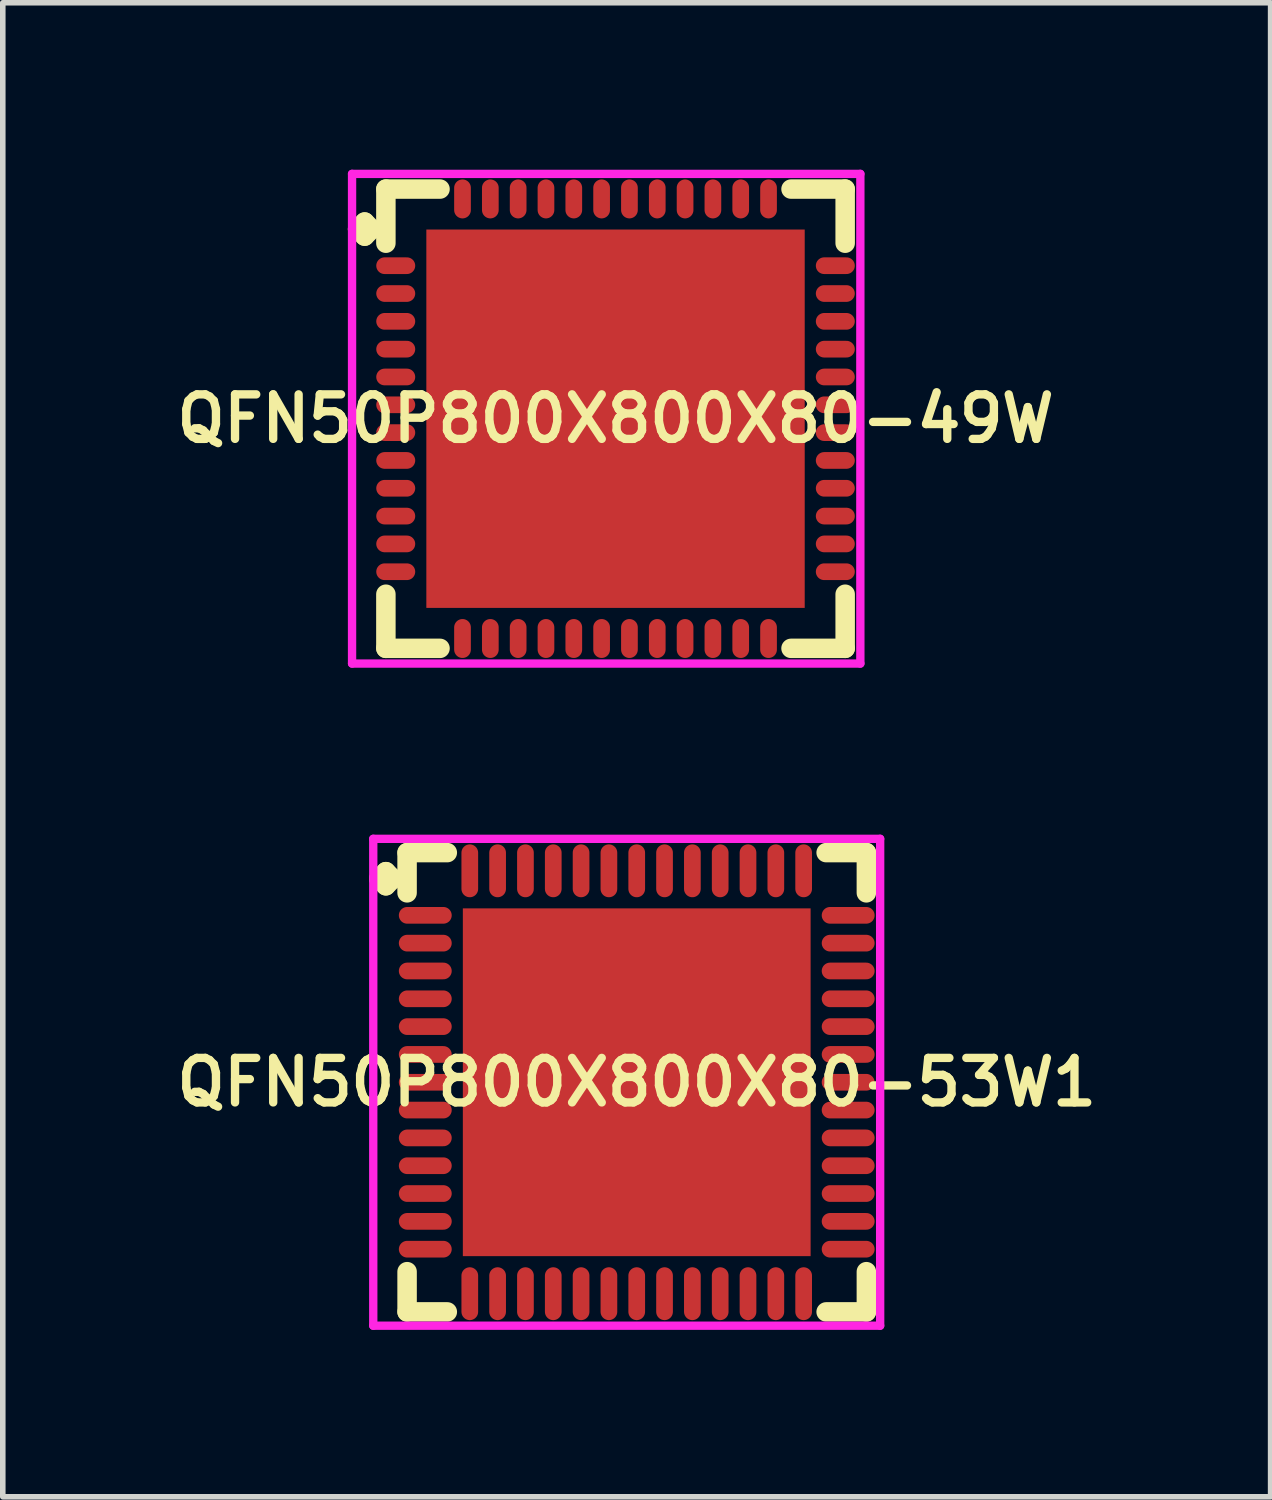
<source format=kicad_pcb>
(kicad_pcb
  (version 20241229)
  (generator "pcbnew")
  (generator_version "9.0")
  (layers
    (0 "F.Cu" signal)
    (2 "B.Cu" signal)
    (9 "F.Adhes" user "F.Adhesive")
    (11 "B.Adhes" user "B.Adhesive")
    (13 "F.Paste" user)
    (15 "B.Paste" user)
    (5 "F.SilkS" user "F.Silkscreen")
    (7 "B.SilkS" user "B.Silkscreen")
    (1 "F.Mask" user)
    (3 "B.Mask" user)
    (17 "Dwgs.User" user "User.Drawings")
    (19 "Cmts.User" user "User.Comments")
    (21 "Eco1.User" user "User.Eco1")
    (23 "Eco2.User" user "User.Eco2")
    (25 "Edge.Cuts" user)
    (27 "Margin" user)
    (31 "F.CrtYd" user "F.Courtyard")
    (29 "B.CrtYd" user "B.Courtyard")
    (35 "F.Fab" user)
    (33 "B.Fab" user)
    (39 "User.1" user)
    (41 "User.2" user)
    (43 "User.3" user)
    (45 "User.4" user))
  (footprint "QFN50P800X800X80-53W1"
    (layer "F.Cu")
    (at 8.393 16.4)
    (property "Reference" "QFN50P800X800X80-53W1" (at 0 0 0) (layer "F.SilkS") (effects (font (size 0.8 0.8) (thickness 0.15))))
    (attr smd)
    (fp_line (start -4.635 -3.658) (end -4.508 -3.785) (stroke (width 0.35) (type solid)) (layer "F.SilkS"))
    (fp_line (start -4.508 -3.785) (end -4.381 -3.658) (stroke (width 0.35) (type solid)) (layer "F.SilkS"))
    (fp_line (start -4.508 -3.531) (end -4.635 -3.658) (stroke (width 0.35) (type solid)) (layer "F.SilkS"))
    (fp_line (start -4.381 -3.658) (end -4.508 -3.531) (stroke (width 0.35) (type solid)) (layer "F.SilkS"))
    (fp_line (start -4.127 -4.127) (end -3.404 -4.127) (stroke (width 0.35) (type solid)) (layer "F.SilkS"))
    (fp_line (start -4.127 -3.404) (end -4.127 -4.127) (stroke (width 0.35) (type solid)) (layer "F.SilkS"))
    (fp_line (start -4.127 3.404) (end -4.127 4.127) (stroke (width 0.35) (type solid)) (layer "F.SilkS"))
    (fp_line (start -4.127 4.127) (end -3.404 4.127) (stroke (width 0.35) (type solid)) (layer "F.SilkS"))
    (fp_line (start 3.404 -4.127) (end 4.127 -4.127) (stroke (width 0.35) (type solid)) (layer "F.SilkS"))
    (fp_line (start 3.404 4.127) (end 4.127 4.127) (stroke (width 0.35) (type solid)) (layer "F.SilkS"))
    (fp_line (start 4.127 -4.127) (end 4.127 -3.404) (stroke (width 0.35) (type solid)) (layer "F.SilkS"))
    (fp_line (start 4.127 4.127) (end 4.127 3.404) (stroke (width 0.35) (type solid)) (layer "F.SilkS"))
    (fp_line (start -4.735 -4.375) (end 4.375 -4.375) (stroke (width 0.15) (type solid)) (layer "F.CrtYd"))
    (fp_line (start -4.735 4.375) (end -4.735 -4.375) (stroke (width 0.15) (type solid)) (layer "F.CrtYd"))
    (fp_line (start 4.375 -4.375) (end 4.375 4.375) (stroke (width 0.15) (type solid)) (layer "F.CrtYd"))
    (fp_line (start 4.375 4.375) (end -4.735 4.375) (stroke (width 0.15) (type solid)) (layer "F.CrtYd"))
    (pad "1" smd oval (at -3.8 -3) (size 0.95 0.3) (layers "F.Cu" "F.Mask" "F.Paste"))
    (pad "2" smd oval (at -3.8 -2.5) (size 0.95 0.3) (layers "F.Cu" "F.Mask" "F.Paste"))
    (pad "3" smd oval (at -3.8 -2) (size 0.95 0.3) (layers "F.Cu" "F.Mask" "F.Paste"))
    (pad "4" smd oval (at -3.8 -1.5) (size 0.95 0.3) (layers "F.Cu" "F.Mask" "F.Paste"))
    (pad "5" smd oval (at -3.8 -1) (size 0.95 0.3) (layers "F.Cu" "F.Mask" "F.Paste"))
    (pad "6" smd oval (at -3.8 -0.5) (size 0.95 0.3) (layers "F.Cu" "F.Mask" "F.Paste"))
    (pad "7" smd oval (at -3.8 0) (size 0.95 0.3) (layers "F.Cu" "F.Mask" "F.Paste"))
    (pad "8" smd oval (at -3.8 0.5) (size 0.95 0.3) (layers "F.Cu" "F.Mask" "F.Paste"))
    (pad "9" smd oval (at -3.8 1) (size 0.95 0.3) (layers "F.Cu" "F.Mask" "F.Paste"))
    (pad "10" smd oval (at -3.8 1.5) (size 0.95 0.3) (layers "F.Cu" "F.Mask" "F.Paste"))
    (pad "11" smd oval (at -3.8 2) (size 0.95 0.3) (layers "F.Cu" "F.Mask" "F.Paste"))
    (pad "12" smd oval (at -3.8 2.5) (size 0.95 0.3) (layers "F.Cu" "F.Mask" "F.Paste"))
    (pad "13" smd oval (at -3.8 3) (size 0.95 0.3) (layers "F.Cu" "F.Mask" "F.Paste"))
    (pad "14" smd oval (at -3 3.8) (size 0.3 0.95) (layers "F.Cu" "F.Mask" "F.Paste"))
    (pad "15" smd oval (at -2.5 3.8) (size 0.3 0.95) (layers "F.Cu" "F.Mask" "F.Paste"))
    (pad "16" smd oval (at -2 3.8) (size 0.3 0.95) (layers "F.Cu" "F.Mask" "F.Paste"))
    (pad "17" smd oval (at -1.5 3.8) (size 0.3 0.95) (layers "F.Cu" "F.Mask" "F.Paste"))
    (pad "18" smd oval (at -1 3.8) (size 0.3 0.95) (layers "F.Cu" "F.Mask" "F.Paste"))
    (pad "19" smd oval (at -0.5 3.8) (size 0.3 0.95) (layers "F.Cu" "F.Mask" "F.Paste"))
    (pad "20" smd oval (at 0 3.8) (size 0.3 0.95) (layers "F.Cu" "F.Mask" "F.Paste"))
    (pad "21" smd oval (at 0.5 3.8) (size 0.3 0.95) (layers "F.Cu" "F.Mask" "F.Paste"))
    (pad "22" smd oval (at 1 3.8) (size 0.3 0.95) (layers "F.Cu" "F.Mask" "F.Paste"))
    (pad "23" smd oval (at 1.5 3.8) (size 0.3 0.95) (layers "F.Cu" "F.Mask" "F.Paste"))
    (pad "24" smd oval (at 2 3.8) (size 0.3 0.95) (layers "F.Cu" "F.Mask" "F.Paste"))
    (pad "25" smd oval (at 2.5 3.8) (size 0.3 0.95) (layers "F.Cu" "F.Mask" "F.Paste"))
    (pad "26" smd oval (at 3 3.8) (size 0.3 0.95) (layers "F.Cu" "F.Mask" "F.Paste"))
    (pad "27" smd oval (at 3.8 3) (size 0.95 0.3) (layers "F.Cu" "F.Mask" "F.Paste"))
    (pad "28" smd oval (at 3.8 2.5) (size 0.95 0.3) (layers "F.Cu" "F.Mask" "F.Paste"))
    (pad "29" smd oval (at 3.8 2) (size 0.95 0.3) (layers "F.Cu" "F.Mask" "F.Paste"))
    (pad "30" smd oval (at 3.8 1.5) (size 0.95 0.3) (layers "F.Cu" "F.Mask" "F.Paste"))
    (pad "31" smd oval (at 3.8 1) (size 0.95 0.3) (layers "F.Cu" "F.Mask" "F.Paste"))
    (pad "32" smd oval (at 3.8 0.5) (size 0.95 0.3) (layers "F.Cu" "F.Mask" "F.Paste"))
    (pad "33" smd oval (at 3.8 0) (size 0.95 0.3) (layers "F.Cu" "F.Mask" "F.Paste"))
    (pad "34" smd oval (at 3.8 -0.5) (size 0.95 0.3) (layers "F.Cu" "F.Mask" "F.Paste"))
    (pad "35" smd oval (at 3.8 -1) (size 0.95 0.3) (layers "F.Cu" "F.Mask" "F.Paste"))
    (pad "36" smd oval (at 3.8 -1.5) (size 0.95 0.3) (layers "F.Cu" "F.Mask" "F.Paste"))
    (pad "37" smd oval (at 3.8 -2) (size 0.95 0.3) (layers "F.Cu" "F.Mask" "F.Paste"))
    (pad "38" smd oval (at 3.8 -2.5) (size 0.95 0.3) (layers "F.Cu" "F.Mask" "F.Paste"))
    (pad "39" smd oval (at 3.8 -3) (size 0.95 0.3) (layers "F.Cu" "F.Mask" "F.Paste"))
    (pad "40" smd oval (at 3 -3.8) (size 0.3 0.95) (layers "F.Cu" "F.Mask" "F.Paste"))
    (pad "41" smd oval (at 2.5 -3.8) (size 0.3 0.95) (layers "F.Cu" "F.Mask" "F.Paste"))
    (pad "42" smd oval (at 2 -3.8) (size 0.3 0.95) (layers "F.Cu" "F.Mask" "F.Paste"))
    (pad "43" smd oval (at 1.5 -3.8) (size 0.3 0.95) (layers "F.Cu" "F.Mask" "F.Paste"))
    (pad "44" smd oval (at 1 -3.8) (size 0.3 0.95) (layers "F.Cu" "F.Mask" "F.Paste"))
    (pad "45" smd oval (at 0.5 -3.8) (size 0.3 0.95) (layers "F.Cu" "F.Mask" "F.Paste"))
    (pad "46" smd oval (at 0 -3.8) (size 0.3 0.95) (layers "F.Cu" "F.Mask" "F.Paste"))
    (pad "47" smd oval (at -0.5 -3.8) (size 0.3 0.95) (layers "F.Cu" "F.Mask" "F.Paste"))
    (pad "48" smd oval (at -1 -3.8) (size 0.3 0.95) (layers "F.Cu" "F.Mask" "F.Paste"))
    (pad "49" smd oval (at -1.5 -3.8) (size 0.3 0.95) (layers "F.Cu" "F.Mask" "F.Paste"))
    (pad "50" smd oval (at -2 -3.8) (size 0.3 0.95) (layers "F.Cu" "F.Mask" "F.Paste"))
    (pad "51" smd oval (at -2.5 -3.8) (size 0.3 0.95) (layers "F.Cu" "F.Mask" "F.Paste"))
    (pad "52" smd oval (at -3 -3.8) (size 0.3 0.95) (layers "F.Cu" "F.Mask" "F.Paste"))
    (pad "53" smd rect (at 0 0) (size 6.25 6.25) (layers "F.Cu" "F.Mask" "F.Paste")))
  (footprint "QFN50P800X800X80-49W"
    (layer "F.Cu")
    (at 8.012 4.475)
    (property "Reference" "QFN50P800X800X80-49W" (at 0 0 0) (layer "F.SilkS") (effects (font (size 0.8 0.8) (thickness 0.15))))
    (attr smd)
    (fp_line (start -4.635 -3.408) (end -4.508 -3.535) (stroke (width 0.35) (type solid)) (layer "F.SilkS"))
    (fp_line (start -4.508 -3.535) (end -4.381 -3.408) (stroke (width 0.35) (type solid)) (layer "F.SilkS"))
    (fp_line (start -4.508 -3.281) (end -4.635 -3.408) (stroke (width 0.35) (type solid)) (layer "F.SilkS"))
    (fp_line (start -4.381 -3.408) (end -4.508 -3.281) (stroke (width 0.35) (type solid)) (layer "F.SilkS"))
    (fp_line (start -4.127 -4.127) (end -3.154 -4.127) (stroke (width 0.35) (type solid)) (layer "F.SilkS"))
    (fp_line (start -4.127 -3.154) (end -4.127 -4.127) (stroke (width 0.35) (type solid)) (layer "F.SilkS"))
    (fp_line (start -4.127 3.154) (end -4.127 4.127) (stroke (width 0.35) (type solid)) (layer "F.SilkS"))
    (fp_line (start -4.127 4.127) (end -3.154 4.127) (stroke (width 0.35) (type solid)) (layer "F.SilkS"))
    (fp_line (start 3.154 -4.127) (end 4.127 -4.127) (stroke (width 0.35) (type solid)) (layer "F.SilkS"))
    (fp_line (start 3.154 4.127) (end 4.127 4.127) (stroke (width 0.35) (type solid)) (layer "F.SilkS"))
    (fp_line (start 4.127 -4.127) (end 4.127 -3.154) (stroke (width 0.35) (type solid)) (layer "F.SilkS"))
    (fp_line (start 4.127 4.127) (end 4.127 3.154) (stroke (width 0.35) (type solid)) (layer "F.SilkS"))
    (fp_line (start -4.735 -4.4) (end 4.4 -4.4) (stroke (width 0.15) (type solid)) (layer "F.CrtYd"))
    (fp_line (start -4.735 4.4) (end -4.735 -4.4) (stroke (width 0.15) (type solid)) (layer "F.CrtYd"))
    (fp_line (start 4.4 -4.4) (end 4.4 4.4) (stroke (width 0.15) (type solid)) (layer "F.CrtYd"))
    (fp_line (start 4.4 4.4) (end -4.735 4.4) (stroke (width 0.15) (type solid)) (layer "F.CrtYd"))
    (pad "1" smd oval (at -3.95 -2.75) (size 0.7 0.3) (layers "F.Cu" "F.Mask" "F.Paste"))
    (pad "2" smd oval (at -3.95 -2.25) (size 0.7 0.3) (layers "F.Cu" "F.Mask" "F.Paste"))
    (pad "3" smd oval (at -3.95 -1.75) (size 0.7 0.3) (layers "F.Cu" "F.Mask" "F.Paste"))
    (pad "4" smd oval (at -3.95 -1.25) (size 0.7 0.3) (layers "F.Cu" "F.Mask" "F.Paste"))
    (pad "5" smd oval (at -3.95 -0.75) (size 0.7 0.3) (layers "F.Cu" "F.Mask" "F.Paste"))
    (pad "6" smd oval (at -3.95 -0.25) (size 0.7 0.3) (layers "F.Cu" "F.Mask" "F.Paste"))
    (pad "7" smd oval (at -3.95 0.25) (size 0.7 0.3) (layers "F.Cu" "F.Mask" "F.Paste"))
    (pad "8" smd oval (at -3.95 0.75) (size 0.7 0.3) (layers "F.Cu" "F.Mask" "F.Paste"))
    (pad "9" smd oval (at -3.95 1.25) (size 0.7 0.3) (layers "F.Cu" "F.Mask" "F.Paste"))
    (pad "10" smd oval (at -3.95 1.75) (size 0.7 0.3) (layers "F.Cu" "F.Mask" "F.Paste"))
    (pad "11" smd oval (at -3.95 2.25) (size 0.7 0.3) (layers "F.Cu" "F.Mask" "F.Paste"))
    (pad "12" smd oval (at -3.95 2.75) (size 0.7 0.3) (layers "F.Cu" "F.Mask" "F.Paste"))
    (pad "13" smd oval (at -2.75 3.95) (size 0.3 0.7) (layers "F.Cu" "F.Mask" "F.Paste"))
    (pad "14" smd oval (at -2.25 3.95) (size 0.3 0.7) (layers "F.Cu" "F.Mask" "F.Paste"))
    (pad "15" smd oval (at -1.75 3.95) (size 0.3 0.7) (layers "F.Cu" "F.Mask" "F.Paste"))
    (pad "16" smd oval (at -1.25 3.95) (size 0.3 0.7) (layers "F.Cu" "F.Mask" "F.Paste"))
    (pad "17" smd oval (at -0.75 3.95) (size 0.3 0.7) (layers "F.Cu" "F.Mask" "F.Paste"))
    (pad "18" smd oval (at -0.25 3.95) (size 0.3 0.7) (layers "F.Cu" "F.Mask" "F.Paste"))
    (pad "19" smd oval (at 0.25 3.95) (size 0.3 0.7) (layers "F.Cu" "F.Mask" "F.Paste"))
    (pad "20" smd oval (at 0.75 3.95) (size 0.3 0.7) (layers "F.Cu" "F.Mask" "F.Paste"))
    (pad "21" smd oval (at 1.25 3.95) (size 0.3 0.7) (layers "F.Cu" "F.Mask" "F.Paste"))
    (pad "22" smd oval (at 1.75 3.95) (size 0.3 0.7) (layers "F.Cu" "F.Mask" "F.Paste"))
    (pad "23" smd oval (at 2.25 3.95) (size 0.3 0.7) (layers "F.Cu" "F.Mask" "F.Paste"))
    (pad "24" smd oval (at 2.75 3.95) (size 0.3 0.7) (layers "F.Cu" "F.Mask" "F.Paste"))
    (pad "25" smd oval (at 3.95 2.75) (size 0.7 0.3) (layers "F.Cu" "F.Mask" "F.Paste"))
    (pad "26" smd oval (at 3.95 2.25) (size 0.7 0.3) (layers "F.Cu" "F.Mask" "F.Paste"))
    (pad "27" smd oval (at 3.95 1.75) (size 0.7 0.3) (layers "F.Cu" "F.Mask" "F.Paste"))
    (pad "28" smd oval (at 3.95 1.25) (size 0.7 0.3) (layers "F.Cu" "F.Mask" "F.Paste"))
    (pad "29" smd oval (at 3.95 0.75) (size 0.7 0.3) (layers "F.Cu" "F.Mask" "F.Paste"))
    (pad "30" smd oval (at 3.95 0.25) (size 0.7 0.3) (layers "F.Cu" "F.Mask" "F.Paste"))
    (pad "31" smd oval (at 3.95 -0.25) (size 0.7 0.3) (layers "F.Cu" "F.Mask" "F.Paste"))
    (pad "32" smd oval (at 3.95 -0.75) (size 0.7 0.3) (layers "F.Cu" "F.Mask" "F.Paste"))
    (pad "33" smd oval (at 3.95 -1.25) (size 0.7 0.3) (layers "F.Cu" "F.Mask" "F.Paste"))
    (pad "34" smd oval (at 3.95 -1.75) (size 0.7 0.3) (layers "F.Cu" "F.Mask" "F.Paste"))
    (pad "35" smd oval (at 3.95 -2.25) (size 0.7 0.3) (layers "F.Cu" "F.Mask" "F.Paste"))
    (pad "36" smd oval (at 3.95 -2.75) (size 0.7 0.3) (layers "F.Cu" "F.Mask" "F.Paste"))
    (pad "37" smd oval (at 2.75 -3.95) (size 0.3 0.7) (layers "F.Cu" "F.Mask" "F.Paste"))
    (pad "38" smd oval (at 2.25 -3.95) (size 0.3 0.7) (layers "F.Cu" "F.Mask" "F.Paste"))
    (pad "39" smd oval (at 1.75 -3.95) (size 0.3 0.7) (layers "F.Cu" "F.Mask" "F.Paste"))
    (pad "40" smd oval (at 1.25 -3.95) (size 0.3 0.7) (layers "F.Cu" "F.Mask" "F.Paste"))
    (pad "41" smd oval (at 0.75 -3.95) (size 0.3 0.7) (layers "F.Cu" "F.Mask" "F.Paste"))
    (pad "42" smd oval (at 0.25 -3.95) (size 0.3 0.7) (layers "F.Cu" "F.Mask" "F.Paste"))
    (pad "43" smd oval (at -0.25 -3.95) (size 0.3 0.7) (layers "F.Cu" "F.Mask" "F.Paste"))
    (pad "44" smd oval (at -0.75 -3.95) (size 0.3 0.7) (layers "F.Cu" "F.Mask" "F.Paste"))
    (pad "45" smd oval (at -1.25 -3.95) (size 0.3 0.7) (layers "F.Cu" "F.Mask" "F.Paste"))
    (pad "46" smd oval (at -1.75 -3.95) (size 0.3 0.7) (layers "F.Cu" "F.Mask" "F.Paste"))
    (pad "47" smd oval (at -2.25 -3.95) (size 0.3 0.7) (layers "F.Cu" "F.Mask" "F.Paste"))
    (pad "48" smd oval (at -2.75 -3.95) (size 0.3 0.7) (layers "F.Cu" "F.Mask" "F.Paste"))
    (pad "49" smd rect (at 0 0) (size 6.8 6.8) (layers "F.Cu" "F.Mask" "F.Paste")))
  (gr_rect
    (start -3 -3)
    (end 19.785 23.85)
    (stroke (width 0.1) (type default))
    (fill no)
    (layer "Edge.Cuts")))
</source>
